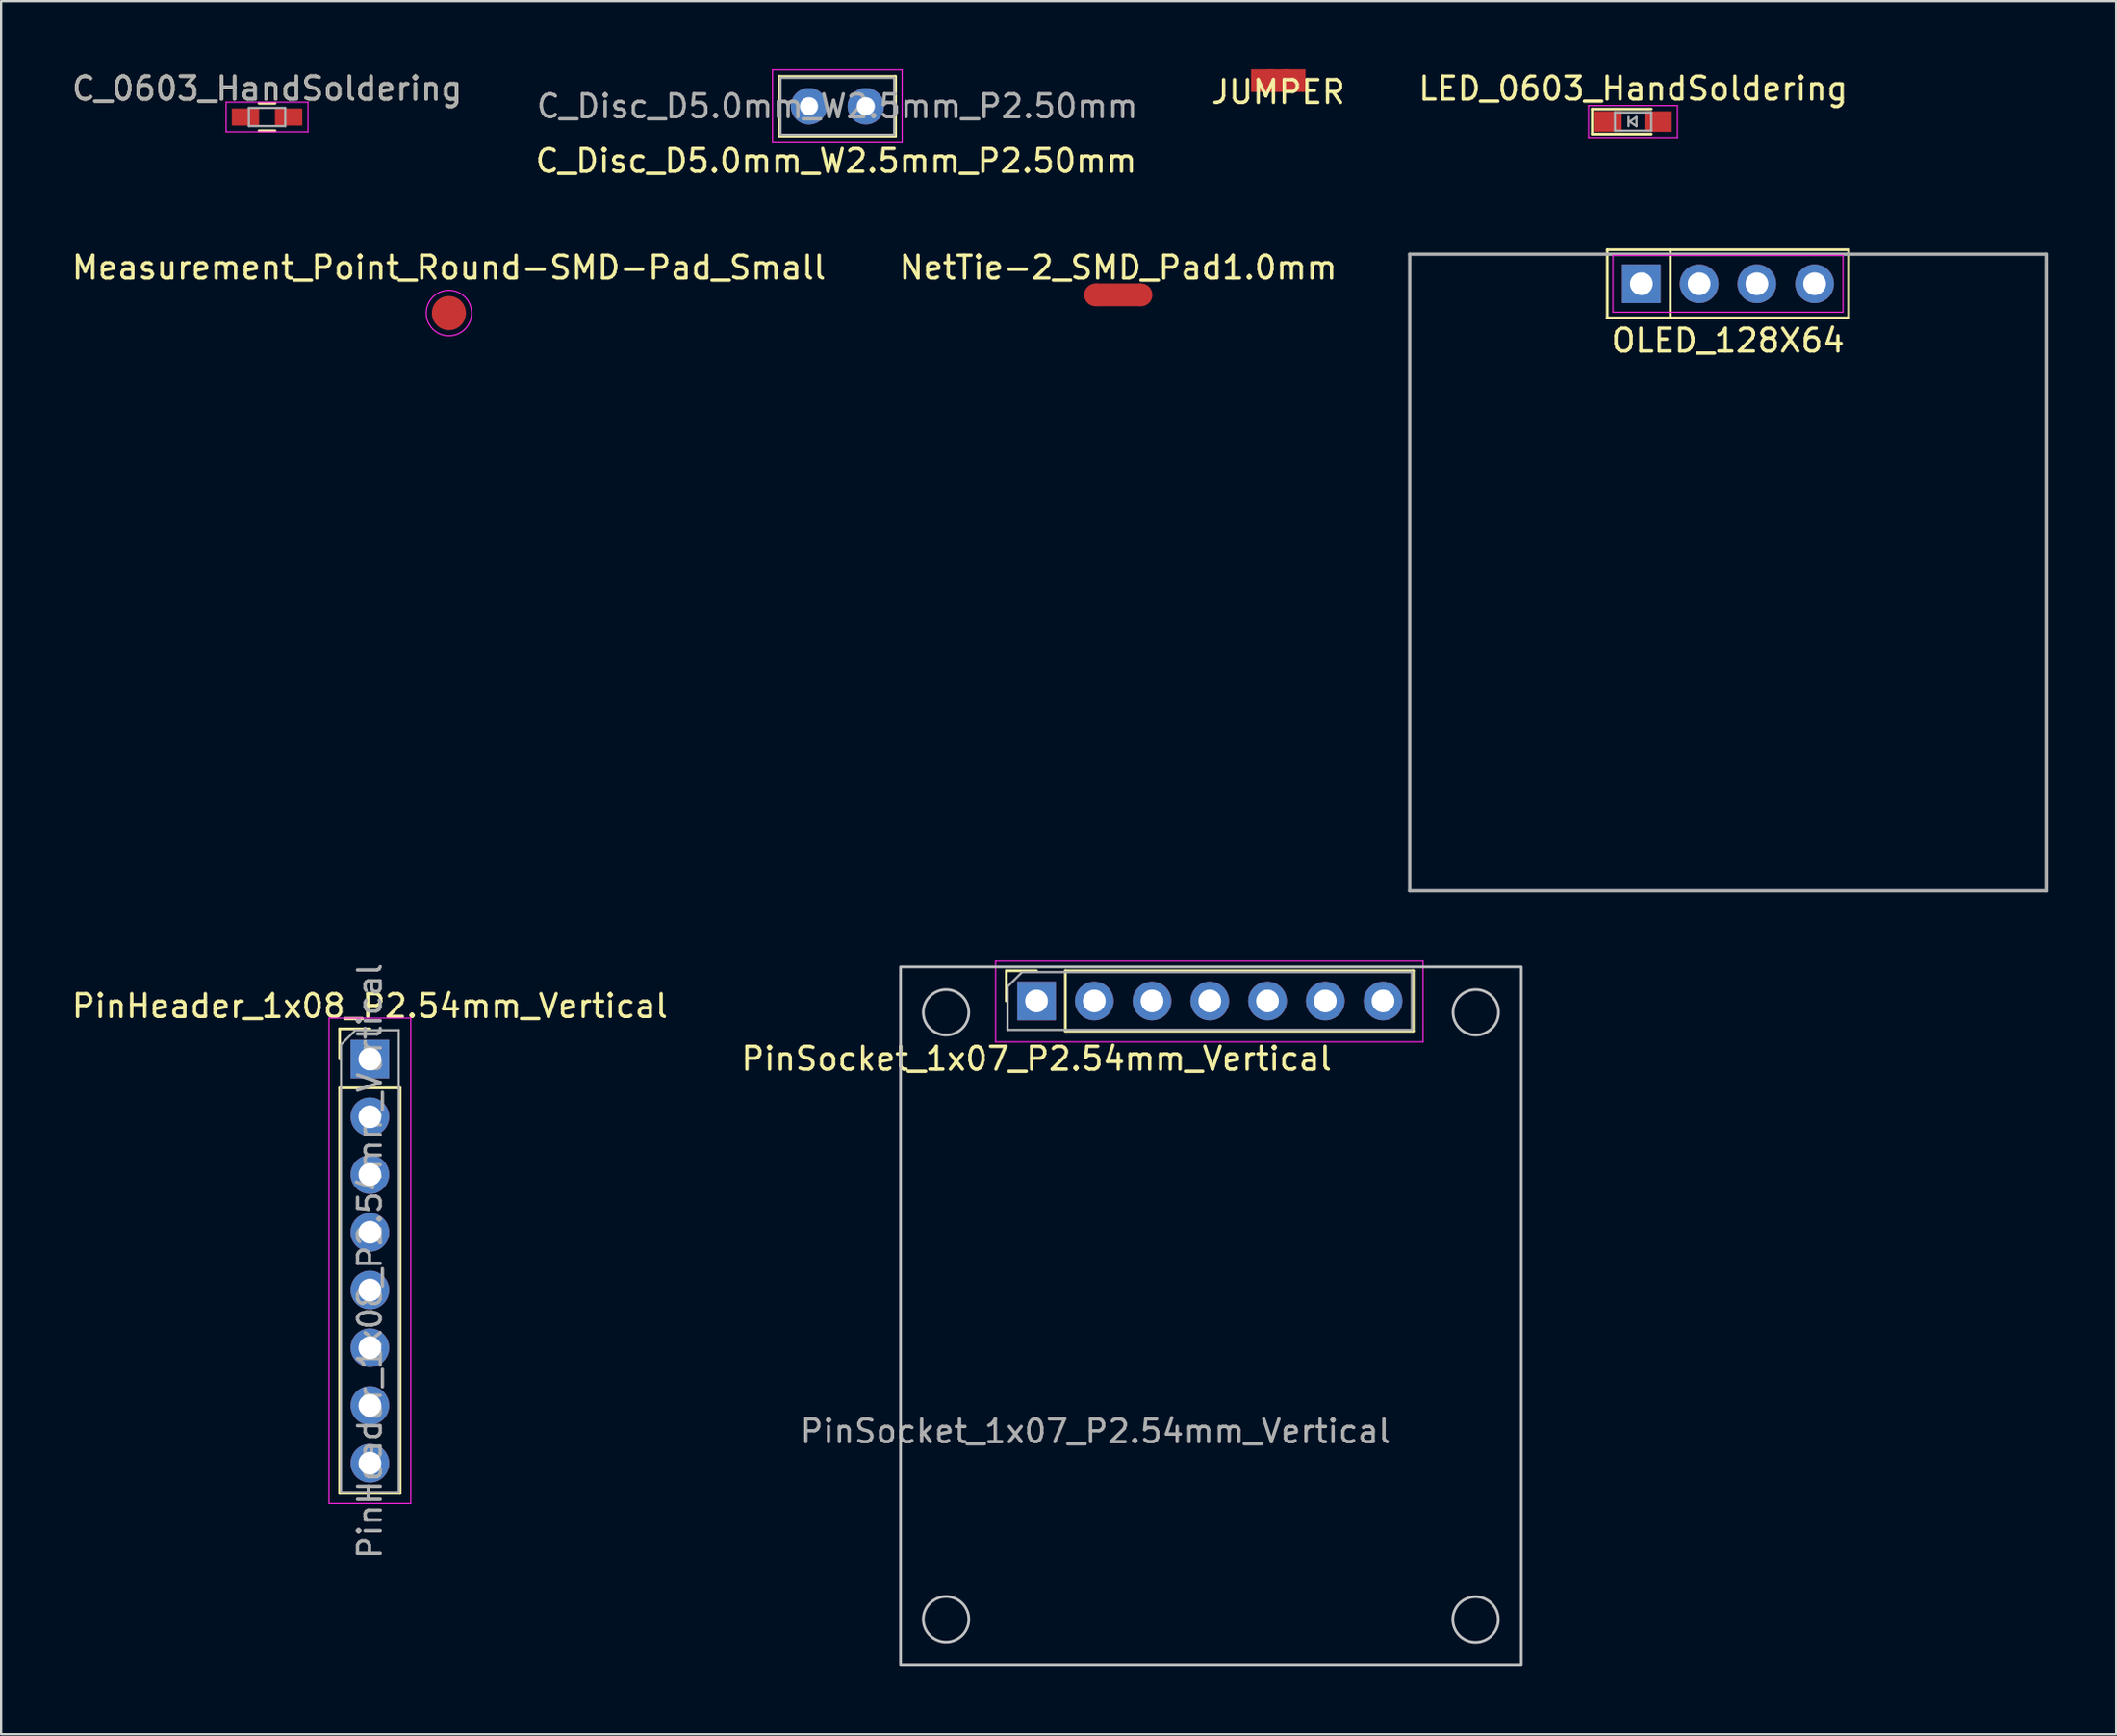
<source format=kicad_pcb>
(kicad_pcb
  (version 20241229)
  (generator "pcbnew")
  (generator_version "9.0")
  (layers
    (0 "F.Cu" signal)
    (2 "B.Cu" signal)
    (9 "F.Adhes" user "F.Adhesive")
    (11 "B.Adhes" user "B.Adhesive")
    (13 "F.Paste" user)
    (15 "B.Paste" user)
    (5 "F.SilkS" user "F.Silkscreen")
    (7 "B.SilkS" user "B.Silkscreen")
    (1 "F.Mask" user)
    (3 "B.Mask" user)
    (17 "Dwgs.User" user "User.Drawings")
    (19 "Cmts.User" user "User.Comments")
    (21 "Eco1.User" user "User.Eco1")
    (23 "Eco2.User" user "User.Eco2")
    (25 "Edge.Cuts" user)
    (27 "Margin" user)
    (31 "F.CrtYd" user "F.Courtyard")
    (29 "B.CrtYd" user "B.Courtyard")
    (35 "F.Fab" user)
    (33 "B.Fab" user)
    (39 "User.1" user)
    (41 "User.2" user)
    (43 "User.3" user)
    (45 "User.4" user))
  (footprint "JUMPER"
    (layer "F.Cu")
    (at 53.175 0.5)
    (property "Reference" "JUMPER" (at 0 0.5 0) (layer "F.SilkS") (effects (font (size 1 1) (thickness 0.15))))
    (attr through_hole)
    (fp_poly (pts (xy 0.5 0.5) (xy -0.5 0.5) (xy -0.5 -0.5) (xy 0.5 -0.5)) (stroke (width 0) (type solid)) (fill yes) (layer "F.Cu"))
    (pad "1" smd rect (at -0.7 0) (size 1 1) (layers "F.Cu" "F.Mask" "F.Paste"))
    (pad "2" smd rect (at 0.7 0) (size 1 1) (layers "F.Cu" "F.Mask" "F.Paste")))
  (footprint "OLED_128X64"
    (layer "F.Cu")
    (at 72.956 22.133)
    (property "Reference" "OLED_128X64" (at 0 -10.2 0) (layer "F.SilkS") (effects (font (size 1 1) (thickness 0.15))))
    (attr through_hole)
    (fp_line (start -5.31 -14.2) (end 5.31 -14.2) (stroke (width 0.12) (type solid)) (layer "F.SilkS"))
    (fp_line (start -5.31 -11.2) (end -5.31 -14.2) (stroke (width 0.12) (type solid)) (layer "F.SilkS"))
    (fp_line (start -2.54 -14.2) (end -2.54 -11.2) (stroke (width 0.12) (type solid)) (layer "F.SilkS"))
    (fp_line (start 5.31 -14.2) (end 5.31 -11.2) (stroke (width 0.12) (type solid)) (layer "F.SilkS"))
    (fp_line (start 5.31 -11.2) (end -5.31 -11.2) (stroke (width 0.12) (type solid)) (layer "F.SilkS"))
    (fp_line (start -5.06 -13.95) (end 5.06 -13.95) (stroke (width 0.05) (type solid)) (layer "F.CrtYd"))
    (fp_line (start -5.06 -11.45) (end -5.06 -13.95) (stroke (width 0.05) (type solid)) (layer "F.CrtYd"))
    (fp_line (start 5.06 -13.95) (end 5.06 -11.45) (stroke (width 0.05) (type solid)) (layer "F.CrtYd"))
    (fp_line (start 5.06 -11.45) (end -5.06 -11.45) (stroke (width 0.05) (type solid)) (layer "F.CrtYd"))
    (fp_line (start -14 -14) (end 14 -14) (stroke (width 0.15) (type solid)) (layer "F.Fab"))
    (fp_line (start -14 14) (end -14 -14) (stroke (width 0.15) (type solid)) (layer "F.Fab"))
    (fp_line (start 14 -14) (end 14 14) (stroke (width 0.15) (type solid)) (layer "F.Fab"))
    (fp_line (start 14 14) (end -14 14) (stroke (width 0.15) (type solid)) (layer "F.Fab"))
    (pad "1" thru_hole rect (at -3.81 -12.7) (size 1.7 1.7) (drill 1) (layers "*.Cu" "*.Mask"))
    (pad "2" thru_hole circle (at -1.27 -12.7) (size 1.7 1.7) (drill 1) (layers "*.Cu" "*.Mask"))
    (pad "3" thru_hole circle (at 1.27 -12.7) (size 1.7 1.7) (drill 1) (layers "*.Cu" "*.Mask"))
    (pad "4" thru_hole circle (at 3.81 -12.7) (size 1.7 1.7) (drill 1) (layers "*.Cu" "*.Mask")))
  (footprint "PinHeader_1x08_P2.54mm_Vertical"
    (layer "F.Cu")
    (at 13.22 43.538)
    (property "Reference" "PinHeader_1x08_P2.54mm_Vertical" (at 0 -2.33 0) (layer "F.SilkS") (effects (font (size 1 1) (thickness 0.15))))
    (attr through_hole)
    (fp_line (start -1.33 -1.33) (end 0 -1.33) (stroke (width 0.12) (type solid)) (layer "F.SilkS"))
    (fp_line (start -1.33 0) (end -1.33 -1.33) (stroke (width 0.12) (type solid)) (layer "F.SilkS"))
    (fp_line (start -1.33 1.27) (end -1.33 19.11) (stroke (width 0.12) (type default)) (layer "F.SilkS"))
    (fp_line (start -1.33 1.27) (end 1.33 1.27) (stroke (width 0.12) (type solid)) (layer "F.SilkS"))
    (fp_line (start -1.33 19.11) (end 1.33 19.11) (stroke (width 0.12) (type solid)) (layer "F.SilkS"))
    (fp_line (start 1.33 19.11) (end 1.33 1.27) (stroke (width 0.12) (type default)) (layer "F.SilkS"))
    (fp_line (start -1.8 -1.8) (end -1.8 19.55) (stroke (width 0.05) (type solid)) (layer "F.CrtYd"))
    (fp_line (start -1.8 19.55) (end 1.8 19.55) (stroke (width 0.05) (type solid)) (layer "F.CrtYd"))
    (fp_line (start 1.8 -1.8) (end -1.8 -1.8) (stroke (width 0.05) (type solid)) (layer "F.CrtYd"))
    (fp_line (start 1.8 19.55) (end 1.8 -1.8) (stroke (width 0.05) (type solid)) (layer "F.CrtYd"))
    (fp_line (start -1.27 -0.635) (end -0.635 -1.27) (stroke (width 0.1) (type solid)) (layer "F.Fab"))
    (fp_line (start -1.27 19.05) (end -1.27 -0.635) (stroke (width 0.1) (type solid)) (layer "F.Fab"))
    (fp_line (start -0.635 -1.27) (end 1.27 -1.27) (stroke (width 0.1) (type solid)) (layer "F.Fab"))
    (fp_line (start 1.27 -1.27) (end 1.27 19.05) (stroke (width 0.1) (type solid)) (layer "F.Fab"))
    (fp_line (start 1.27 19.05) (end -1.27 19.05) (stroke (width 0.1) (type solid)) (layer "F.Fab"))
    (fp_text user "${REFERENCE}" (at 0 8.89 90) (layer "F.Fab") (effects (font (size 1 1) (thickness 0.15))))
    (pad "1" thru_hole rect (at 0 0) (size 1.7 1.7) (drill 1) (layers "*.Cu" "*.Mask"))
    (pad "2" thru_hole oval (at 0 2.54) (size 1.7 1.7) (drill 1) (layers "*.Cu" "*.Mask"))
    (pad "3" thru_hole oval (at 0 5.08) (size 1.7 1.7) (drill 1) (layers "*.Cu" "*.Mask"))
    (pad "4" thru_hole oval (at 0 7.62) (size 1.7 1.7) (drill 1) (layers "*.Cu" "*.Mask"))
    (pad "5" thru_hole oval (at 0 10.16) (size 1.7 1.7) (drill 1) (layers "*.Cu" "*.Mask"))
    (pad "6" thru_hole oval (at 0 12.7) (size 1.7 1.7) (drill 1) (layers "*.Cu" "*.Mask"))
    (pad "7" thru_hole oval (at 0 15.24) (size 1.7 1.7) (drill 1) (layers "*.Cu" "*.Mask"))
    (pad "8" thru_hole oval (at 0 17.78) (size 1.7 1.7) (drill 1) (layers "*.Cu" "*.Mask")))
  (footprint "NetTie-2_SMD_Pad1.0mm"
    (layer "F.Cu")
    (at 46.137 9.921)
    (property "Reference" "NetTie-2_SMD_Pad1.0mm" (at 0 -1.2 0) (layer "F.SilkS") (effects (font (size 1 1) (thickness 0.15))))
    (attr exclude_from_pos_files exclude_from_bom)
    (fp_poly (pts (xy -1 -0.5) (xy 1 -0.5) (xy 1 0.5) (xy -1 0.5)) (stroke (width 0) (type solid)) (fill yes) (layer "F.Cu"))
    (pad "1" smd circle (at -1 0) (size 1 1) (layers "F.Cu"))
    (pad "2" smd circle (at 1 0) (size 1 1) (layers "F.Cu")))
  (footprint "C_Disc_D5.0mm_W2.5mm_P2.50mm"
    (layer "F.Cu")
    (at 32.532 1.625)
    (property "Reference" "C_Disc_D5.0mm_W2.5mm_P2.50mm" (at 1.2 2.4 0) (layer "F.SilkS") (effects (font (size 1 1) (thickness 0.15))))
    (attr through_hole)
    (fp_line (start -1.31 -1.31) (end -1.31 1.31) (stroke (width 0.12) (type solid)) (layer "F.SilkS"))
    (fp_line (start -1.31 -1.31) (end 3.81 -1.31) (stroke (width 0.12) (type solid)) (layer "F.SilkS"))
    (fp_line (start -1.31 1.31) (end 3.81 1.31) (stroke (width 0.12) (type solid)) (layer "F.SilkS"))
    (fp_line (start 3.81 -1.31) (end 3.81 1.31) (stroke (width 0.12) (type solid)) (layer "F.SilkS"))
    (fp_line (start -1.6 -1.6) (end -1.6 1.6) (stroke (width 0.05) (type solid)) (layer "F.CrtYd"))
    (fp_line (start -1.6 1.6) (end 4.1 1.6) (stroke (width 0.05) (type solid)) (layer "F.CrtYd"))
    (fp_line (start 4.1 -1.6) (end -1.6 -1.6) (stroke (width 0.05) (type solid)) (layer "F.CrtYd"))
    (fp_line (start 4.1 1.6) (end 4.1 -1.6) (stroke (width 0.05) (type solid)) (layer "F.CrtYd"))
    (fp_line (start -1.25 -1.25) (end -1.25 1.25) (stroke (width 0.1) (type solid)) (layer "F.Fab"))
    (fp_line (start -1.25 1.25) (end 3.75 1.25) (stroke (width 0.1) (type solid)) (layer "F.Fab"))
    (fp_line (start 3.75 -1.25) (end -1.25 -1.25) (stroke (width 0.1) (type solid)) (layer "F.Fab"))
    (fp_line (start 3.75 1.25) (end 3.75 -1.25) (stroke (width 0.1) (type solid)) (layer "F.Fab"))
    (fp_text user "${REFERENCE}" (at 1.25 0 0) (layer "F.Fab") (effects (font (size 1 1) (thickness 0.15))))
    (pad "1" thru_hole circle (at 0 0) (size 1.6 1.6) (drill 0.8) (layers "*.Cu" "*.Mask"))
    (pad "2" thru_hole circle (at 2.5 0) (size 1.6 1.6) (drill 0.8) (layers "*.Cu" "*.Mask")))
  (footprint "Measurement_Point_Round-SMD-Pad_Small"
    (layer "F.Cu")
    (at 16.696 10.722)
    (property "Reference" "Measurement_Point_Round-SMD-Pad_Small" (at 0 -2 0) (layer "F.SilkS") (effects (font (size 1 1) (thickness 0.15))))
    (attr exclude_from_pos_files exclude_from_bom)
    (fp_circle (center 0 0) (end 1 0) (stroke (width 0.05) (type solid)) (fill no) (layer "F.CrtYd"))
    (pad "1" smd circle (at 0 0) (size 1.5 1.5) (layers "F.Cu" "F.Mask")))
  (footprint "C_0603_HandSoldering"
    (layer "F.Cu")
    (at 8.696 2.098)
    (property "Reference" "C_0603_HandSoldering" (at 0 -1.25 0) (layer "F.SilkS") (effects (font (size 1 1) (thickness 0.15))))
    (attr smd)
    (fp_line (start -0.35 -0.6) (end 0.35 -0.6) (stroke (width 0.12) (type solid)) (layer "F.SilkS"))
    (fp_line (start 0.35 0.6) (end -0.35 0.6) (stroke (width 0.12) (type solid)) (layer "F.SilkS"))
    (fp_line (start -1.8 -0.65) (end -1.8 0.65) (stroke (width 0.05) (type solid)) (layer "F.CrtYd"))
    (fp_line (start -1.8 -0.65) (end 1.8 -0.65) (stroke (width 0.05) (type solid)) (layer "F.CrtYd"))
    (fp_line (start 1.8 0.65) (end -1.8 0.65) (stroke (width 0.05) (type solid)) (layer "F.CrtYd"))
    (fp_line (start 1.8 0.65) (end 1.8 -0.65) (stroke (width 0.05) (type solid)) (layer "F.CrtYd"))
    (fp_line (start -0.8 -0.4) (end 0.8 -0.4) (stroke (width 0.1) (type solid)) (layer "F.Fab"))
    (fp_line (start -0.8 0.4) (end -0.8 -0.4) (stroke (width 0.1) (type solid)) (layer "F.Fab"))
    (fp_line (start 0.8 -0.4) (end 0.8 0.4) (stroke (width 0.1) (type solid)) (layer "F.Fab"))
    (fp_line (start 0.8 0.4) (end -0.8 0.4) (stroke (width 0.1) (type solid)) (layer "F.Fab"))
    (fp_text user "${REFERENCE}" (at 0 -1.25 0) (layer "F.Fab") (effects (font (size 1 1) (thickness 0.15))))
    (pad "1" smd rect (at -0.95 0) (size 1.2 0.75) (layers "F.Cu" "F.Mask" "F.Paste"))
    (pad "2" smd rect (at 0.95 0) (size 1.2 0.75) (layers "F.Cu" "F.Mask" "F.Paste")))
  (footprint "PinSocket_1x07_P2.54mm_Vertical"
    (layer "F.Cu")
    (at 50.212 54.833)
    (property "Reference" "PinSocket_1x07_P2.54mm_Vertical" (at -7.67 -11.31 180) (layer "F.SilkS") (effects (font (size 1 1) (thickness 0.15))))
    (attr through_hole)
    (fp_line (start -9 -15.18) (end -7.67 -15.18) (stroke (width 0.12) (type solid)) (layer "F.SilkS"))
    (fp_line (start -9 -13.85) (end -9 -15.18) (stroke (width 0.12) (type solid)) (layer "F.SilkS"))
    (fp_line (start -6.4 -15.18) (end 8.9 -15.18) (stroke (width 0.12) (type solid)) (layer "F.SilkS"))
    (fp_line (start -6.4 -12.52) (end -6.4 -15.18) (stroke (width 0.12) (type solid)) (layer "F.SilkS"))
    (fp_line (start -6.4 -12.52) (end 8.9 -12.52) (stroke (width 0.12) (type solid)) (layer "F.SilkS"))
    (fp_line (start 8.9 -12.52) (end 8.9 -15.18) (stroke (width 0.12) (type solid)) (layer "F.SilkS"))
    (fp_rect (start -13.65 -15.35) (end 13.65 15.35) (stroke (width 0.12) (type default)) (fill no) (layer "Dwgs.User"))
    (fp_circle (center -11.65 -13.35) (end -11.65 -12.35) (stroke (width 0.12) (type default)) (fill no) (layer "Dwgs.User"))
    (fp_circle (center -11.65 13.35) (end -11.63 14.35) (stroke (width 0.12) (type default)) (fill no) (layer "Dwgs.User"))
    (fp_circle (center 11.64 13.36) (end 11.64 14.36) (stroke (width 0.12) (type default)) (fill no) (layer "Dwgs.User"))
    (fp_circle (center 11.65 -13.35) (end 11.65 -12.35) (stroke (width 0.12) (type default)) (fill no) (layer "Dwgs.User"))
    (fp_line (start -9.47 -15.6) (end 9.33 -15.6) (stroke (width 0.05) (type solid)) (layer "F.CrtYd"))
    (fp_line (start -9.47 -12.05) (end -9.47 -15.6) (stroke (width 0.05) (type solid)) (layer "F.CrtYd"))
    (fp_line (start 9.33 -15.6) (end 9.33 -12.05) (stroke (width 0.05) (type solid)) (layer "F.CrtYd"))
    (fp_line (start 9.33 -12.05) (end -9.47 -12.05) (stroke (width 0.05) (type solid)) (layer "F.CrtYd"))
    (fp_line (start -8.94 -14.485) (end -8.305 -15.12) (stroke (width 0.1) (type solid)) (layer "F.Fab"))
    (fp_line (start -8.94 -12.58) (end -8.94 -14.485) (stroke (width 0.1) (type solid)) (layer "F.Fab"))
    (fp_line (start -8.305 -15.12) (end 8.84 -15.12) (stroke (width 0.1) (type solid)) (layer "F.Fab"))
    (fp_line (start 8.84 -15.12) (end 8.84 -12.58) (stroke (width 0.1) (type solid)) (layer "F.Fab"))
    (fp_line (start 8.84 -12.58) (end -8.94 -12.58) (stroke (width 0.1) (type solid)) (layer "F.Fab"))
    (fp_text user "${REFERENCE}" (at -5.08 5.08 180) (layer "F.Fab") (effects (font (size 1 1) (thickness 0.15))))
    (pad "1" thru_hole rect (at -7.67 -13.85 90) (size 1.7 1.7) (drill 1) (layers "*.Cu" "*.Mask"))
    (pad "2" thru_hole oval (at -5.13 -13.85 90) (size 1.7 1.7) (drill 1) (layers "*.Cu" "*.Mask"))
    (pad "3" thru_hole oval (at -2.59 -13.85 90) (size 1.7 1.7) (drill 1) (layers "*.Cu" "*.Mask"))
    (pad "4" thru_hole oval (at -0.05 -13.85 90) (size 1.7 1.7) (drill 1) (layers "*.Cu" "*.Mask"))
    (pad "5" thru_hole oval (at 2.49 -13.85 90) (size 1.7 1.7) (drill 1) (layers "*.Cu" "*.Mask"))
    (pad "6" thru_hole oval (at 5.03 -13.85 90) (size 1.7 1.7) (drill 1) (layers "*.Cu" "*.Mask"))
    (pad "7" thru_hole oval (at 7.57 -13.85 90) (size 1.7 1.7) (drill 1) (layers "*.Cu" "*.Mask")))
  (footprint "LED_0603_HandSoldering"
    (layer "F.Cu")
    (at 68.782 2.298)
    (property "Reference" "LED_0603_HandSoldering" (at 0 -1.45 0) (layer "F.SilkS") (effects (font (size 1 1) (thickness 0.15))))
    (attr smd)
    (fp_line (start -1.8 -0.55) (end -1.8 0.55) (stroke (width 0.12) (type solid)) (layer "F.SilkS"))
    (fp_line (start -1.8 -0.55) (end 0.8 -0.55) (stroke (width 0.12) (type solid)) (layer "F.SilkS"))
    (fp_line (start -1.8 0.55) (end 0.8 0.55) (stroke (width 0.12) (type solid)) (layer "F.SilkS"))
    (fp_line (start -1.96 -0.7) (end -1.96 0.7) (stroke (width 0.05) (type solid)) (layer "F.CrtYd"))
    (fp_line (start -1.96 -0.7) (end 1.95 -0.7) (stroke (width 0.05) (type solid)) (layer "F.CrtYd"))
    (fp_line (start 1.95 0.7) (end -1.96 0.7) (stroke (width 0.05) (type solid)) (layer "F.CrtYd"))
    (fp_line (start 1.95 0.7) (end 1.95 -0.7) (stroke (width 0.05) (type solid)) (layer "F.CrtYd"))
    (fp_line (start -0.8 -0.4) (end -0.8 0.4) (stroke (width 0.1) (type solid)) (layer "F.Fab"))
    (fp_line (start -0.8 -0.4) (end 0.8 -0.4) (stroke (width 0.1) (type solid)) (layer "F.Fab"))
    (fp_line (start -0.2 -0.2) (end -0.2 0.2) (stroke (width 0.1) (type solid)) (layer "F.Fab"))
    (fp_line (start -0.15 0) (end 0.15 -0.2) (stroke (width 0.1) (type solid)) (layer "F.Fab"))
    (fp_line (start 0.15 -0.2) (end 0.15 0.2) (stroke (width 0.1) (type solid)) (layer "F.Fab"))
    (fp_line (start 0.15 0.2) (end -0.15 0) (stroke (width 0.1) (type solid)) (layer "F.Fab"))
    (fp_line (start 0.8 -0.4) (end 0.8 0.4) (stroke (width 0.1) (type solid)) (layer "F.Fab"))
    (fp_line (start 0.8 0.4) (end -0.8 0.4) (stroke (width 0.1) (type solid)) (layer "F.Fab"))
    (pad "1" smd rect (at -1.1 0) (size 1.2 0.9) (layers "F.Cu" "F.Mask" "F.Paste"))
    (pad "2" smd rect (at 1.1 0) (size 1.2 0.9) (layers "F.Cu" "F.Mask" "F.Paste")))
  (gr_rect
    (start -3 -3)
    (end 90.031 73.243)
    (stroke (width 0.1) (type default))
    (fill no)
    (layer "Edge.Cuts")))
</source>
